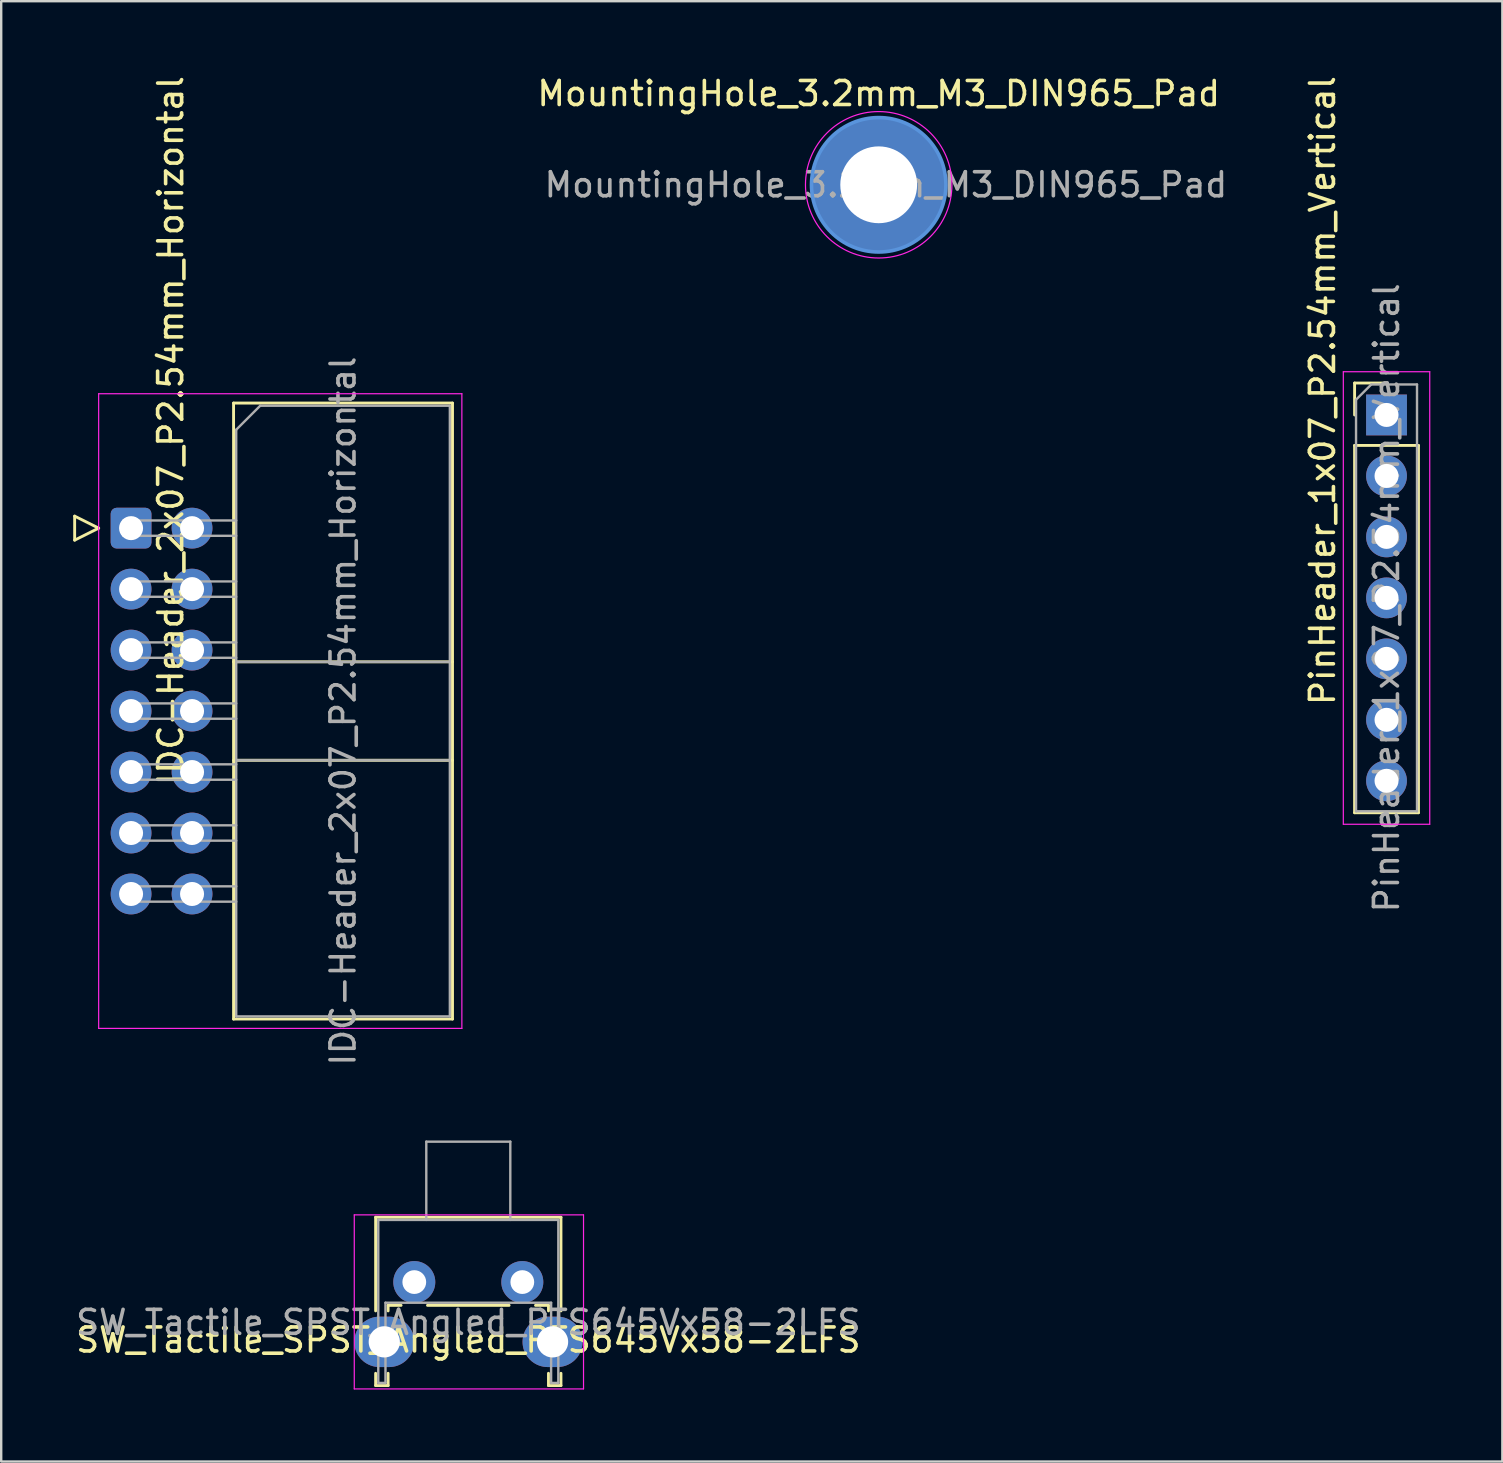
<source format=kicad_pcb>
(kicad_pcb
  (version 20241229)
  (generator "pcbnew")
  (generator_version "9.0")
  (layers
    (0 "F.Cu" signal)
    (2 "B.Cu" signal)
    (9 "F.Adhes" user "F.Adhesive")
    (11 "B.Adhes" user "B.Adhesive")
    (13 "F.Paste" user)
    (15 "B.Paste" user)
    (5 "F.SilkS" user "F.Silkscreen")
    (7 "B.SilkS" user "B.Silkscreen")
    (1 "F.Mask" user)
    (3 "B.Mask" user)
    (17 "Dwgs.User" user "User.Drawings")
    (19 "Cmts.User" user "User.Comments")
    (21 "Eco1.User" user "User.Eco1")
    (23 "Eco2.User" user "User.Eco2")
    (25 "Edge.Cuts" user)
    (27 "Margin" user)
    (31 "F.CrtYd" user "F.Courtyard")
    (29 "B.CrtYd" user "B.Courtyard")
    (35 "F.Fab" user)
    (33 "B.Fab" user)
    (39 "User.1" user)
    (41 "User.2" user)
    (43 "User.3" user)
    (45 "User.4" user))
  (footprint "PinHeader_1x07_P2.54mm_Vertical"
    (layer "F.Cu")
    (at 54.709 14.236)
    (property "Reference" "PinHeader_1x07_P2.54mm_Vertical" (at -2.667 -1.016 270) (layer "F.SilkS") (effects (font (size 1 1) (thickness 0.15))))
    (attr through_hole)
    (fp_line (start -1.33 -1.33) (end 0 -1.33) (stroke (width 0.12) (type solid)) (layer "F.SilkS"))
    (fp_line (start -1.33 0) (end -1.33 -1.33) (stroke (width 0.12) (type solid)) (layer "F.SilkS"))
    (fp_line (start -1.33 1.27) (end -1.33 16.57) (stroke (width 0.12) (type solid)) (layer "F.SilkS"))
    (fp_line (start -1.33 1.27) (end 1.33 1.27) (stroke (width 0.12) (type solid)) (layer "F.SilkS"))
    (fp_line (start -1.33 16.57) (end 1.33 16.57) (stroke (width 0.12) (type solid)) (layer "F.SilkS"))
    (fp_line (start 1.33 1.27) (end 1.33 16.57) (stroke (width 0.12) (type solid)) (layer "F.SilkS"))
    (fp_line (start -1.8 -1.8) (end -1.8 17.05) (stroke (width 0.05) (type solid)) (layer "F.CrtYd"))
    (fp_line (start -1.8 17.05) (end 1.8 17.05) (stroke (width 0.05) (type solid)) (layer "F.CrtYd"))
    (fp_line (start 1.8 -1.8) (end -1.8 -1.8) (stroke (width 0.05) (type solid)) (layer "F.CrtYd"))
    (fp_line (start 1.8 17.05) (end 1.8 -1.8) (stroke (width 0.05) (type solid)) (layer "F.CrtYd"))
    (fp_line (start -1.27 -0.635) (end -0.635 -1.27) (stroke (width 0.1) (type solid)) (layer "F.Fab"))
    (fp_line (start -1.27 16.51) (end -1.27 -0.635) (stroke (width 0.1) (type solid)) (layer "F.Fab"))
    (fp_line (start -0.635 -1.27) (end 1.27 -1.27) (stroke (width 0.1) (type solid)) (layer "F.Fab"))
    (fp_line (start 1.27 -1.27) (end 1.27 16.51) (stroke (width 0.1) (type solid)) (layer "F.Fab"))
    (fp_line (start 1.27 16.51) (end -1.27 16.51) (stroke (width 0.1) (type solid)) (layer "F.Fab"))
    (fp_text user "${REFERENCE}" (at 0 7.62 270) (layer "F.Fab") (effects (font (size 1 1) (thickness 0.15))))
    (pad "1" thru_hole rect (at 0 0) (size 1.7 1.7) (drill 1) (layers "*.Cu" "*.Mask"))
    (pad "2" thru_hole oval (at 0 2.54) (size 1.7 1.7) (drill 1) (layers "*.Cu" "*.Mask"))
    (pad "3" thru_hole oval (at 0 5.08) (size 1.7 1.7) (drill 1) (layers "*.Cu" "*.Mask"))
    (pad "4" thru_hole oval (at 0 7.62) (size 1.7 1.7) (drill 1) (layers "*.Cu" "*.Mask"))
    (pad "5" thru_hole oval (at 0 10.16) (size 1.7 1.7) (drill 1) (layers "*.Cu" "*.Mask"))
    (pad "6" thru_hole oval (at 0 12.7) (size 1.7 1.7) (drill 1) (layers "*.Cu" "*.Mask"))
    (pad "7" thru_hole oval (at 0 15.24) (size 1.7 1.7) (drill 1) (layers "*.Cu" "*.Mask")))
  (footprint "MountingHole_3.2mm_M3_DIN965_Pad"
    (layer "F.Cu")
    (at 33.554 4.648)
    (property "Reference" "MountingHole_3.2mm_M3_DIN965_Pad" (at 0 -3.8 0) (layer "F.SilkS") (effects (font (size 1 1) (thickness 0.15))))
    (attr exclude_from_pos_files exclude_from_bom)
    (fp_circle (center 0 0) (end 2.8 0) (stroke (width 0.15) (type solid)) (fill no) (layer "Cmts.User"))
    (fp_circle (center 0 0) (end 3.05 0) (stroke (width 0.05) (type solid)) (fill no) (layer "F.CrtYd"))
    (fp_text user "${REFERENCE}" (at 0.3 0 0) (layer "F.Fab") (effects (font (size 1 1) (thickness 0.15))))
    (pad "1" thru_hole circle (at 0 0) (size 5.6 5.6) (drill 3.2) (layers "*.Cu" "*.Mask")))
  (footprint "IDC-Header_2x07_P2.54mm_Horizontal"
    (layer "F.Cu")
    (at 2.41 18.951)
    (property "Reference" "IDC-Header_2x07_P2.54mm_Horizontal" (at 1.651 -4.064 90) (layer "F.SilkS") (effects (font (size 1 1) (thickness 0.15))))
    (attr through_hole)
    (fp_line (start -2.35 -0.5) (end -2.35 0.5) (stroke (width 0.12) (type solid)) (layer "F.SilkS"))
    (fp_line (start -2.35 0.5) (end -1.35 0) (stroke (width 0.12) (type solid)) (layer "F.SilkS"))
    (fp_line (start -1.35 0) (end -2.35 -0.5) (stroke (width 0.12) (type solid)) (layer "F.SilkS"))
    (fp_line (start 4.27 -5.21) (end 13.39 -5.21) (stroke (width 0.12) (type solid)) (layer "F.SilkS"))
    (fp_line (start 4.27 5.57) (end 13.39 5.57) (stroke (width 0.12) (type solid)) (layer "F.SilkS"))
    (fp_line (start 4.27 9.67) (end 13.39 9.67) (stroke (width 0.12) (type solid)) (layer "F.SilkS"))
    (fp_line (start 4.27 20.45) (end 4.27 -5.21) (stroke (width 0.12) (type solid)) (layer "F.SilkS"))
    (fp_line (start 13.39 -5.21) (end 13.39 20.45) (stroke (width 0.12) (type solid)) (layer "F.SilkS"))
    (fp_line (start 13.39 20.45) (end 4.27 20.45) (stroke (width 0.12) (type solid)) (layer "F.SilkS"))
    (fp_line (start -1.35 -5.6) (end -1.35 20.84) (stroke (width 0.05) (type solid)) (layer "F.CrtYd"))
    (fp_line (start -1.35 20.84) (end 13.78 20.84) (stroke (width 0.05) (type solid)) (layer "F.CrtYd"))
    (fp_line (start 13.78 -5.6) (end -1.35 -5.6) (stroke (width 0.05) (type solid)) (layer "F.CrtYd"))
    (fp_line (start 13.78 20.84) (end 13.78 -5.6) (stroke (width 0.05) (type solid)) (layer "F.CrtYd"))
    (fp_line (start -0.32 -0.32) (end -0.32 0.32) (stroke (width 0.1) (type solid)) (layer "F.Fab"))
    (fp_line (start -0.32 0.32) (end 4.38 0.32) (stroke (width 0.1) (type solid)) (layer "F.Fab"))
    (fp_line (start -0.32 2.22) (end -0.32 2.86) (stroke (width 0.1) (type solid)) (layer "F.Fab"))
    (fp_line (start -0.32 2.86) (end 4.38 2.86) (stroke (width 0.1) (type solid)) (layer "F.Fab"))
    (fp_line (start -0.32 4.76) (end -0.32 5.4) (stroke (width 0.1) (type solid)) (layer "F.Fab"))
    (fp_line (start -0.32 5.4) (end 4.38 5.4) (stroke (width 0.1) (type solid)) (layer "F.Fab"))
    (fp_line (start -0.32 7.3) (end -0.32 7.94) (stroke (width 0.1) (type solid)) (layer "F.Fab"))
    (fp_line (start -0.32 7.94) (end 4.38 7.94) (stroke (width 0.1) (type solid)) (layer "F.Fab"))
    (fp_line (start -0.32 9.84) (end -0.32 10.48) (stroke (width 0.1) (type solid)) (layer "F.Fab"))
    (fp_line (start -0.32 10.48) (end 4.38 10.48) (stroke (width 0.1) (type solid)) (layer "F.Fab"))
    (fp_line (start -0.32 12.38) (end -0.32 13.02) (stroke (width 0.1) (type solid)) (layer "F.Fab"))
    (fp_line (start -0.32 13.02) (end 4.38 13.02) (stroke (width 0.1) (type solid)) (layer "F.Fab"))
    (fp_line (start -0.32 14.92) (end -0.32 15.56) (stroke (width 0.1) (type solid)) (layer "F.Fab"))
    (fp_line (start -0.32 15.56) (end 4.38 15.56) (stroke (width 0.1) (type solid)) (layer "F.Fab"))
    (fp_line (start 4.38 -4.1) (end 5.38 -5.1) (stroke (width 0.1) (type solid)) (layer "F.Fab"))
    (fp_line (start 4.38 -0.32) (end -0.32 -0.32) (stroke (width 0.1) (type solid)) (layer "F.Fab"))
    (fp_line (start 4.38 2.22) (end -0.32 2.22) (stroke (width 0.1) (type solid)) (layer "F.Fab"))
    (fp_line (start 4.38 4.76) (end -0.32 4.76) (stroke (width 0.1) (type solid)) (layer "F.Fab"))
    (fp_line (start 4.38 5.57) (end 13.28 5.57) (stroke (width 0.1) (type solid)) (layer "F.Fab"))
    (fp_line (start 4.38 7.3) (end -0.32 7.3) (stroke (width 0.1) (type solid)) (layer "F.Fab"))
    (fp_line (start 4.38 9.67) (end 13.28 9.67) (stroke (width 0.1) (type solid)) (layer "F.Fab"))
    (fp_line (start 4.38 9.84) (end -0.32 9.84) (stroke (width 0.1) (type solid)) (layer "F.Fab"))
    (fp_line (start 4.38 12.38) (end -0.32 12.38) (stroke (width 0.1) (type solid)) (layer "F.Fab"))
    (fp_line (start 4.38 14.92) (end -0.32 14.92) (stroke (width 0.1) (type solid)) (layer "F.Fab"))
    (fp_line (start 4.38 20.34) (end 4.38 -4.1) (stroke (width 0.1) (type solid)) (layer "F.Fab"))
    (fp_line (start 5.38 -5.1) (end 13.28 -5.1) (stroke (width 0.1) (type solid)) (layer "F.Fab"))
    (fp_line (start 13.28 -5.1) (end 13.28 20.34) (stroke (width 0.1) (type solid)) (layer "F.Fab"))
    (fp_line (start 13.28 20.34) (end 4.38 20.34) (stroke (width 0.1) (type solid)) (layer "F.Fab"))
    (fp_text user "${REFERENCE}" (at 8.83 7.62 270) (layer "F.Fab") (effects (font (size 1 1) (thickness 0.15))))
    (pad "1" thru_hole roundrect (at 0 0) (size 1.7 1.7) (drill 1) (layers "*.Cu" "*.Mask") (roundrect_rratio 0.147))
    (pad "2" thru_hole circle (at 2.54 0) (size 1.7 1.7) (drill 1) (layers "*.Cu" "*.Mask"))
    (pad "3" thru_hole circle (at 0 2.54) (size 1.7 1.7) (drill 1) (layers "*.Cu" "*.Mask"))
    (pad "4" thru_hole circle (at 2.54 2.54) (size 1.7 1.7) (drill 1) (layers "*.Cu" "*.Mask"))
    (pad "5" thru_hole circle (at 0 5.08) (size 1.7 1.7) (drill 1) (layers "*.Cu" "*.Mask"))
    (pad "6" thru_hole circle (at 2.54 5.08) (size 1.7 1.7) (drill 1) (layers "*.Cu" "*.Mask"))
    (pad "7" thru_hole circle (at 0 7.62) (size 1.7 1.7) (drill 1) (layers "*.Cu" "*.Mask"))
    (pad "8" thru_hole circle (at 2.54 7.62) (size 1.7 1.7) (drill 1) (layers "*.Cu" "*.Mask"))
    (pad "9" thru_hole circle (at 0 10.16) (size 1.7 1.7) (drill 1) (layers "*.Cu" "*.Mask"))
    (pad "10" thru_hole circle (at 2.54 10.16) (size 1.7 1.7) (drill 1) (layers "*.Cu" "*.Mask"))
    (pad "11" thru_hole circle (at 0 12.7) (size 1.7 1.7) (drill 1) (layers "*.Cu" "*.Mask"))
    (pad "12" thru_hole circle (at 2.54 12.7) (size 1.7 1.7) (drill 1) (layers "*.Cu" "*.Mask"))
    (pad "13" thru_hole circle (at 0 15.24) (size 1.7 1.7) (drill 1) (layers "*.Cu" "*.Mask"))
    (pad "14" thru_hole circle (at 2.54 15.24) (size 1.7 1.7) (drill 1) (layers "*.Cu" "*.Mask")))
  (footprint "SW_Tactile_SPST_Angled_PTS645Vx58-2LFS"
    (layer "F.Cu")
    (at 14.208 50.358)
    (property "Reference" "SW_Tactile_SPST_Angled_PTS645Vx58-2LFS" (at 2.25 2.413 0) (layer "F.SilkS") (effects (font (size 1 1) (thickness 0.15))))
    (attr through_hole)
    (fp_line (start -1.61 -2.7) (end -1.61 1.2) (stroke (width 0.12) (type solid)) (layer "F.SilkS"))
    (fp_line (start -1.61 -2.7) (end 6.11 -2.7) (stroke (width 0.12) (type solid)) (layer "F.SilkS"))
    (fp_line (start -1.61 3.8) (end -1.61 4.31) (stroke (width 0.12) (type solid)) (layer "F.SilkS"))
    (fp_line (start -1.61 4.31) (end -1.09 4.31) (stroke (width 0.12) (type solid)) (layer "F.SilkS"))
    (fp_line (start -1.09 0.97) (end -1.09 1.2) (stroke (width 0.12) (type solid)) (layer "F.SilkS"))
    (fp_line (start -1.09 0.97) (end -0.55 0.97) (stroke (width 0.12) (type solid)) (layer "F.SilkS"))
    (fp_line (start -1.09 3.8) (end -1.09 4.31) (stroke (width 0.12) (type solid)) (layer "F.SilkS"))
    (fp_line (start 0.55 0.97) (end 3.95 0.97) (stroke (width 0.12) (type solid)) (layer "F.SilkS"))
    (fp_line (start 5.05 0.97) (end 5.59 0.97) (stroke (width 0.12) (type solid)) (layer "F.SilkS"))
    (fp_line (start 5.59 0.97) (end 5.59 1.2) (stroke (width 0.12) (type solid)) (layer "F.SilkS"))
    (fp_line (start 5.59 3.8) (end 5.59 4.31) (stroke (width 0.12) (type solid)) (layer "F.SilkS"))
    (fp_line (start 5.59 4.31) (end 6.11 4.31) (stroke (width 0.12) (type solid)) (layer "F.SilkS"))
    (fp_line (start 6.11 -2.7) (end 6.11 1.2) (stroke (width 0.12) (type solid)) (layer "F.SilkS"))
    (fp_line (start 6.11 3.8) (end 6.11 4.31) (stroke (width 0.12) (type solid)) (layer "F.SilkS"))
    (fp_line (start -2.5 -2.8) (end 7.05 -2.8) (stroke (width 0.05) (type solid)) (layer "F.CrtYd"))
    (fp_line (start -2.5 4.45) (end -2.5 -2.8) (stroke (width 0.05) (type solid)) (layer "F.CrtYd"))
    (fp_line (start 7.05 -2.8) (end 7.05 4.45) (stroke (width 0.05) (type solid)) (layer "F.CrtYd"))
    (fp_line (start 7.05 4.45) (end -2.5 4.45) (stroke (width 0.05) (type solid)) (layer "F.CrtYd"))
    (fp_line (start -1.5 -2.59) (end 6 -2.59) (stroke (width 0.1) (type solid)) (layer "F.Fab"))
    (fp_line (start -1.5 4.2) (end -1.5 -2.59) (stroke (width 0.1) (type solid)) (layer "F.Fab"))
    (fp_line (start -1.5 4.2) (end -1.2 4.2) (stroke (width 0.1) (type solid)) (layer "F.Fab"))
    (fp_line (start -1.2 0.86) (end 5.7 0.86) (stroke (width 0.1) (type solid)) (layer "F.Fab"))
    (fp_line (start -1.2 4.2) (end -1.2 0.86) (stroke (width 0.1) (type solid)) (layer "F.Fab"))
    (fp_line (start 0.5 -5.85) (end 0.5 -2.59) (stroke (width 0.1) (type solid)) (layer "F.Fab"))
    (fp_line (start 0.5 -5.85) (end 4 -5.85) (stroke (width 0.1) (type solid)) (layer "F.Fab"))
    (fp_line (start 4 -5.85) (end 4 -2.59) (stroke (width 0.1) (type solid)) (layer "F.Fab"))
    (fp_line (start 5.7 4.2) (end 5.7 0.86) (stroke (width 0.1) (type solid)) (layer "F.Fab"))
    (fp_line (start 5.7 4.2) (end 6 4.2) (stroke (width 0.1) (type solid)) (layer "F.Fab"))
    (fp_line (start 6 4.2) (end 6 -2.59) (stroke (width 0.1) (type solid)) (layer "F.Fab"))
    (fp_text user "${REFERENCE}" (at 2.25 1.68 0) (layer "F.Fab") (effects (font (size 1 1) (thickness 0.15))))
    (pad "" thru_hole oval (at -1.25 2.49) (size 2.5 2.1) (drill 1.3) (layers "*.Cu" "*.Mask"))
    (pad "" thru_hole oval (at 5.76 2.49) (size 2.5 2.1) (drill 1.3) (layers "*.Cu" "*.Mask"))
    (pad "1" thru_hole circle (at 0 0) (size 1.75 1.75) (drill 0.99) (layers "*.Cu" "*.Mask"))
    (pad "2" thru_hole circle (at 4.5 0) (size 1.75 1.75) (drill 0.99) (layers "*.Cu" "*.Mask")))
  (gr_rect
    (start -3 -3)
    (end 59.534 57.833)
    (stroke (width 0.1) (type default))
    (fill no)
    (layer "Edge.Cuts")))
</source>
